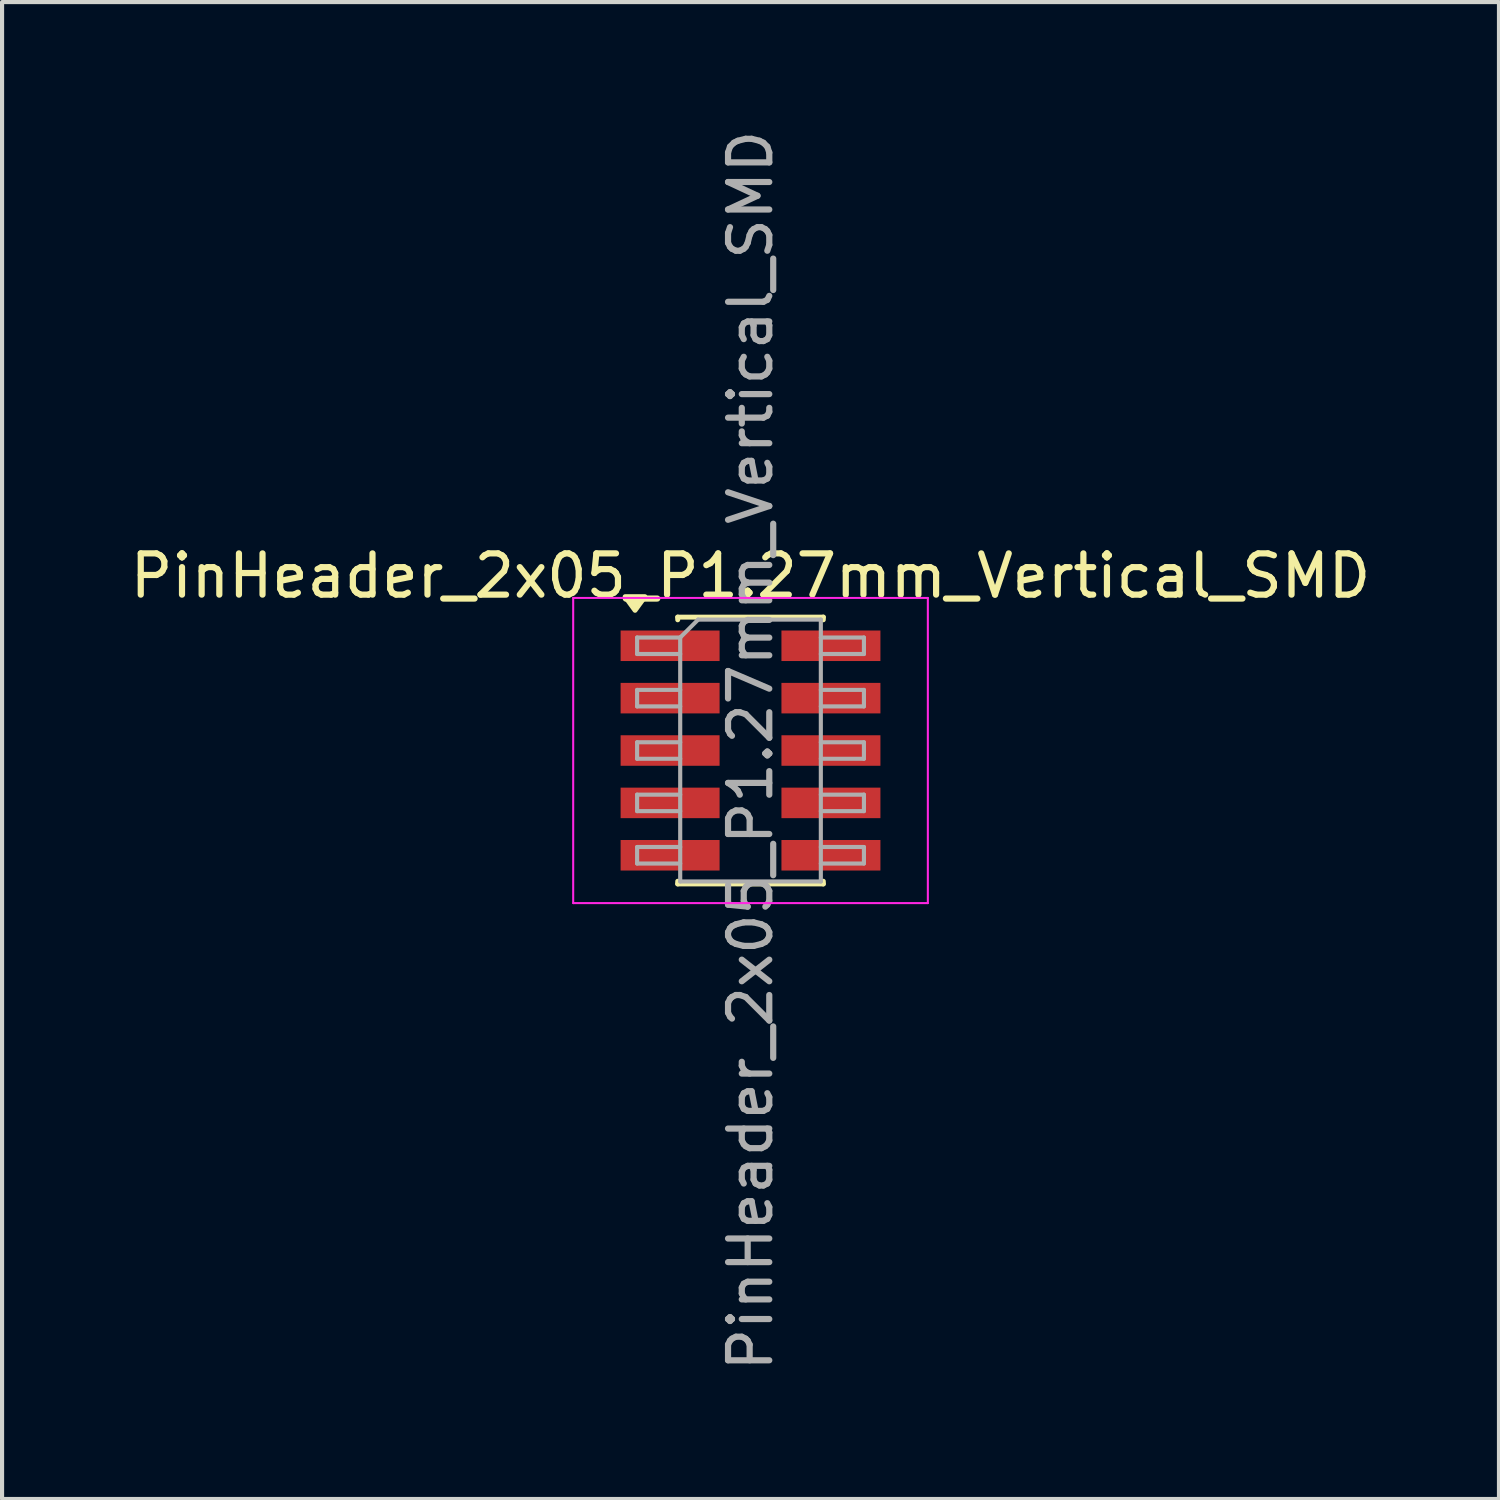
<source format=kicad_pcb>
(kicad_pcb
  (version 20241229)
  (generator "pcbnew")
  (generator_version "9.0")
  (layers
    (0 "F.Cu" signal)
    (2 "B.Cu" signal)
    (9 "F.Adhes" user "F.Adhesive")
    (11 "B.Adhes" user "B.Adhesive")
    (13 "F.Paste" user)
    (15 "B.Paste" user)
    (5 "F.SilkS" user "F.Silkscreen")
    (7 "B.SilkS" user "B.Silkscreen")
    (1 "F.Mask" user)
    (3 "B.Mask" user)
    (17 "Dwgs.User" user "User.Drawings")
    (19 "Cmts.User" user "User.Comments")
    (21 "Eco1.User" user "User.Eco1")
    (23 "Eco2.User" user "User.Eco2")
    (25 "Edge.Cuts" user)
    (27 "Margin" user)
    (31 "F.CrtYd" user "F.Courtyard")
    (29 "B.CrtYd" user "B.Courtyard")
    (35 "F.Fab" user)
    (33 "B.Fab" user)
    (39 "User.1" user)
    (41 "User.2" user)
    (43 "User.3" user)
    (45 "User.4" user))
  (footprint "PinHeader_2x05_P1.27mm_Vertical_SMD"
    (layer "F.Cu")
    (at 15.149 15.149)
    (property "Reference" "PinHeader_2x05_P1.27mm_Vertical_SMD" (at 0 -4.235 0) (layer "F.SilkS") (effects (font (size 1 1) (thickness 0.15))))
    (attr smd)
    (fp_line (start -1.765 -3.235) (end -1.765 -3.17) (stroke (width 0.12) (type solid)) (layer "F.SilkS"))
    (fp_line (start -1.765 -3.235) (end 1.765 -3.235) (stroke (width 0.12) (type solid)) (layer "F.SilkS"))
    (fp_line (start -1.765 3.17) (end -1.765 3.235) (stroke (width 0.12) (type solid)) (layer "F.SilkS"))
    (fp_line (start -1.765 3.235) (end 1.765 3.235) (stroke (width 0.12) (type solid)) (layer "F.SilkS"))
    (fp_line (start 1.765 -3.235) (end 1.765 -3.17) (stroke (width 0.12) (type solid)) (layer "F.SilkS"))
    (fp_line (start 1.765 3.17) (end 1.765 3.235) (stroke (width 0.12) (type solid)) (layer "F.SilkS"))
    (fp_poly (pts (xy -2.8 -3.4) (xy -3.04 -3.73) (xy -2.56 -3.73) (xy -2.8 -3.4)) (stroke (width 0.12) (type solid)) (fill yes) (layer "F.SilkS"))
    (fp_line (start -4.3 -3.7) (end -4.3 3.7) (stroke (width 0.05) (type solid)) (layer "F.CrtYd"))
    (fp_line (start -4.3 3.7) (end 4.3 3.7) (stroke (width 0.05) (type solid)) (layer "F.CrtYd"))
    (fp_line (start 4.3 -3.7) (end -4.3 -3.7) (stroke (width 0.05) (type solid)) (layer "F.CrtYd"))
    (fp_line (start 4.3 3.7) (end 4.3 -3.7) (stroke (width 0.05) (type solid)) (layer "F.CrtYd"))
    (fp_line (start -2.75 -2.74) (end -2.75 -2.34) (stroke (width 0.1) (type solid)) (layer "F.Fab"))
    (fp_line (start -2.75 -2.34) (end -1.705 -2.34) (stroke (width 0.1) (type solid)) (layer "F.Fab"))
    (fp_line (start -2.75 -1.47) (end -2.75 -1.07) (stroke (width 0.1) (type solid)) (layer "F.Fab"))
    (fp_line (start -2.75 -1.07) (end -1.705 -1.07) (stroke (width 0.1) (type solid)) (layer "F.Fab"))
    (fp_line (start -2.75 -0.2) (end -2.75 0.2) (stroke (width 0.1) (type solid)) (layer "F.Fab"))
    (fp_line (start -2.75 0.2) (end -1.705 0.2) (stroke (width 0.1) (type solid)) (layer "F.Fab"))
    (fp_line (start -2.75 1.07) (end -2.75 1.47) (stroke (width 0.1) (type solid)) (layer "F.Fab"))
    (fp_line (start -2.75 1.47) (end -1.705 1.47) (stroke (width 0.1) (type solid)) (layer "F.Fab"))
    (fp_line (start -2.75 2.34) (end -2.75 2.74) (stroke (width 0.1) (type solid)) (layer "F.Fab"))
    (fp_line (start -2.75 2.74) (end -1.705 2.74) (stroke (width 0.1) (type solid)) (layer "F.Fab"))
    (fp_line (start -1.705 -2.74) (end -2.75 -2.74) (stroke (width 0.1) (type solid)) (layer "F.Fab"))
    (fp_line (start -1.705 -2.74) (end -1.27 -3.175) (stroke (width 0.1) (type solid)) (layer "F.Fab"))
    (fp_line (start -1.705 -1.47) (end -2.75 -1.47) (stroke (width 0.1) (type solid)) (layer "F.Fab"))
    (fp_line (start -1.705 -0.2) (end -2.75 -0.2) (stroke (width 0.1) (type solid)) (layer "F.Fab"))
    (fp_line (start -1.705 1.07) (end -2.75 1.07) (stroke (width 0.1) (type solid)) (layer "F.Fab"))
    (fp_line (start -1.705 2.34) (end -2.75 2.34) (stroke (width 0.1) (type solid)) (layer "F.Fab"))
    (fp_line (start -1.705 3.175) (end -1.705 -2.74) (stroke (width 0.1) (type solid)) (layer "F.Fab"))
    (fp_line (start -1.27 -3.175) (end 1.705 -3.175) (stroke (width 0.1) (type solid)) (layer "F.Fab"))
    (fp_line (start 1.705 -3.175) (end 1.705 3.175) (stroke (width 0.1) (type solid)) (layer "F.Fab"))
    (fp_line (start 1.705 -2.74) (end 2.75 -2.74) (stroke (width 0.1) (type solid)) (layer "F.Fab"))
    (fp_line (start 1.705 -1.47) (end 2.75 -1.47) (stroke (width 0.1) (type solid)) (layer "F.Fab"))
    (fp_line (start 1.705 -0.2) (end 2.75 -0.2) (stroke (width 0.1) (type solid)) (layer "F.Fab"))
    (fp_line (start 1.705 1.07) (end 2.75 1.07) (stroke (width 0.1) (type solid)) (layer "F.Fab"))
    (fp_line (start 1.705 2.34) (end 2.75 2.34) (stroke (width 0.1) (type solid)) (layer "F.Fab"))
    (fp_line (start 1.705 3.175) (end -1.705 3.175) (stroke (width 0.1) (type solid)) (layer "F.Fab"))
    (fp_line (start 2.75 -2.74) (end 2.75 -2.34) (stroke (width 0.1) (type solid)) (layer "F.Fab"))
    (fp_line (start 2.75 -2.34) (end 1.705 -2.34) (stroke (width 0.1) (type solid)) (layer "F.Fab"))
    (fp_line (start 2.75 -1.47) (end 2.75 -1.07) (stroke (width 0.1) (type solid)) (layer "F.Fab"))
    (fp_line (start 2.75 -1.07) (end 1.705 -1.07) (stroke (width 0.1) (type solid)) (layer "F.Fab"))
    (fp_line (start 2.75 -0.2) (end 2.75 0.2) (stroke (width 0.1) (type solid)) (layer "F.Fab"))
    (fp_line (start 2.75 0.2) (end 1.705 0.2) (stroke (width 0.1) (type solid)) (layer "F.Fab"))
    (fp_line (start 2.75 1.07) (end 2.75 1.47) (stroke (width 0.1) (type solid)) (layer "F.Fab"))
    (fp_line (start 2.75 1.47) (end 1.705 1.47) (stroke (width 0.1) (type solid)) (layer "F.Fab"))
    (fp_line (start 2.75 2.34) (end 2.75 2.74) (stroke (width 0.1) (type solid)) (layer "F.Fab"))
    (fp_line (start 2.75 2.74) (end 1.705 2.74) (stroke (width 0.1) (type solid)) (layer "F.Fab"))
    (fp_text user "${REFERENCE}" (at 0 0 90) (layer "F.Fab") (effects (font (size 1 1) (thickness 0.15))))
    (pad "1" smd rect (at -1.95 -2.54) (size 2.4 0.74) (layers "F.Cu" "F.Mask" "F.Paste"))
    (pad "2" smd rect (at 1.95 -2.54) (size 2.4 0.74) (layers "F.Cu" "F.Mask" "F.Paste"))
    (pad "3" smd rect (at -1.95 -1.27) (size 2.4 0.74) (layers "F.Cu" "F.Mask" "F.Paste"))
    (pad "4" smd rect (at 1.95 -1.27) (size 2.4 0.74) (layers "F.Cu" "F.Mask" "F.Paste"))
    (pad "5" smd rect (at -1.95 0) (size 2.4 0.74) (layers "F.Cu" "F.Mask" "F.Paste"))
    (pad "6" smd rect (at 1.95 0) (size 2.4 0.74) (layers "F.Cu" "F.Mask" "F.Paste"))
    (pad "7" smd rect (at -1.95 1.27) (size 2.4 0.74) (layers "F.Cu" "F.Mask" "F.Paste"))
    (pad "8" smd rect (at 1.95 1.27) (size 2.4 0.74) (layers "F.Cu" "F.Mask" "F.Paste"))
    (pad "9" smd rect (at -1.95 2.54) (size 2.4 0.74) (layers "F.Cu" "F.Mask" "F.Paste"))
    (pad "10" smd rect (at 1.95 2.54) (size 2.4 0.74) (layers "F.Cu" "F.Mask" "F.Paste")))
  (gr_rect
    (start -3 -3)
    (end 33.298 33.298)
    (stroke (width 0.1) (type default))
    (fill no)
    (layer "Edge.Cuts")))
</source>
